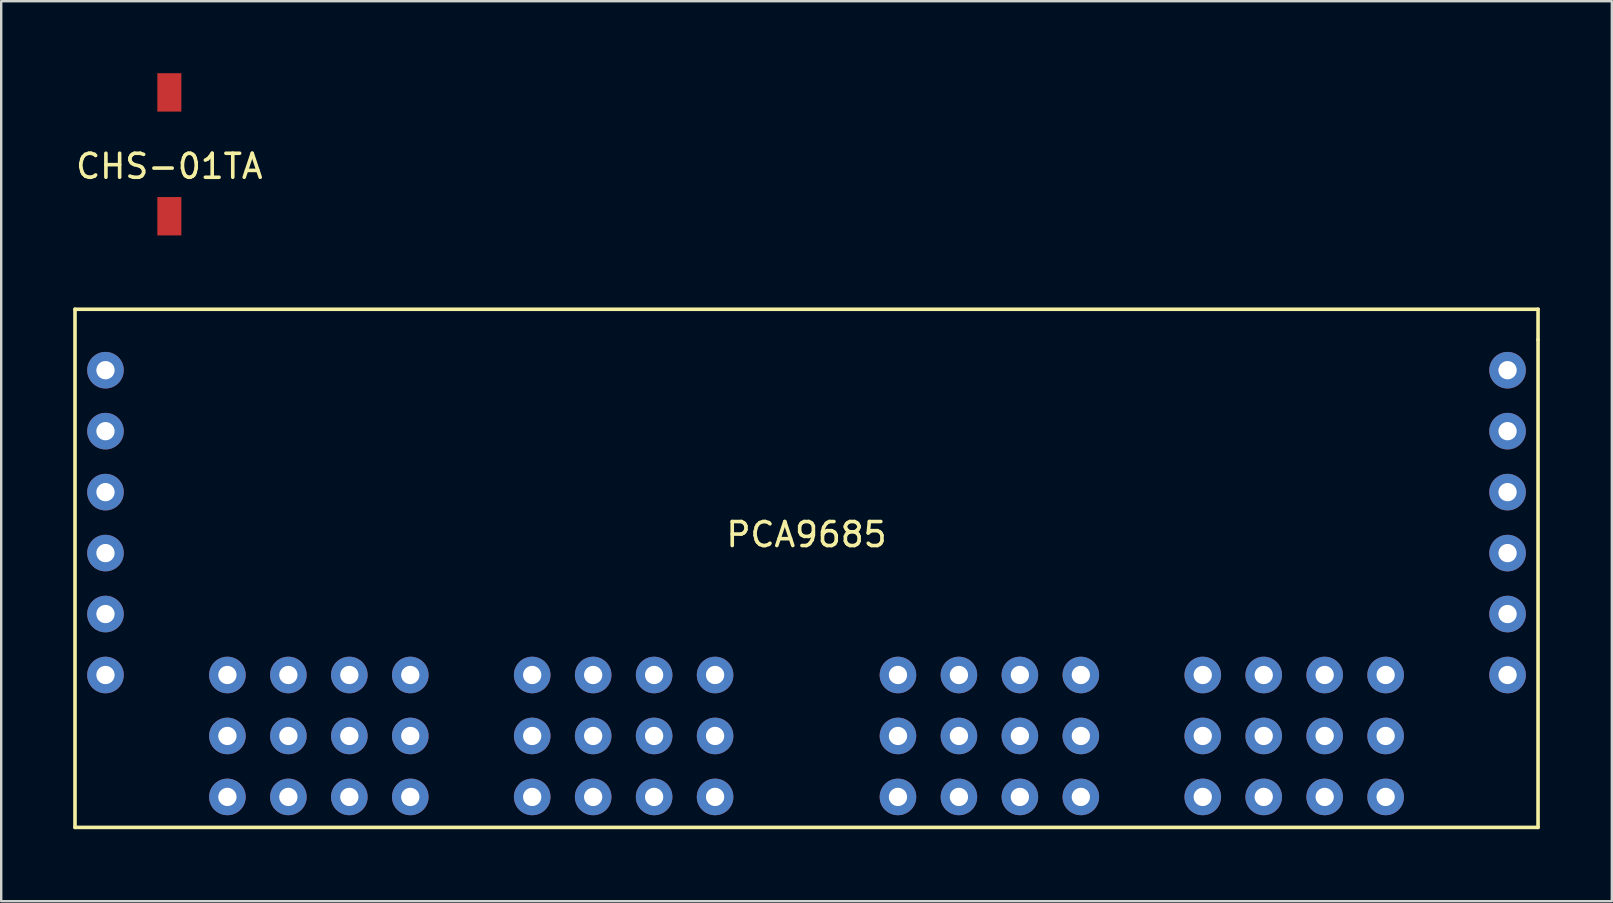
<source format=kicad_pcb>
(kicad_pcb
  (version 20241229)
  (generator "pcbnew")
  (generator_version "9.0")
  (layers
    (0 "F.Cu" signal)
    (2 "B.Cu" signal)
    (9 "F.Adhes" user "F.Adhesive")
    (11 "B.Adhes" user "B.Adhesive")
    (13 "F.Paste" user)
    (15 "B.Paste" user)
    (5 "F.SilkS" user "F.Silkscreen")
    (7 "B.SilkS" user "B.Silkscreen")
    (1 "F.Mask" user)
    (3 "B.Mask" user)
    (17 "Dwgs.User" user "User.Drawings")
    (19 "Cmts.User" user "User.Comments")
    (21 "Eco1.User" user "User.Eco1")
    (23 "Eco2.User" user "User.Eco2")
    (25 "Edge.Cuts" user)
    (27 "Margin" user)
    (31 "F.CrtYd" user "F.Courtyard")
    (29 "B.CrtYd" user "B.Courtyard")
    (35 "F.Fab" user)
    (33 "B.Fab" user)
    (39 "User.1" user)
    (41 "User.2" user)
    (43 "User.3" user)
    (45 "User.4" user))
  (footprint "PCA9685"
    (layer "F.Cu")
    (at 30.555 18.725)
    (property "Reference" "PCA9685" (at 0 0.5 0) (layer "F.SilkS") (effects (font (size 1 1) (thickness 0.15))))
    (attr through_hole)
    (fp_line (start -30.48 -8.89) (end -30.48 12.7) (stroke (width 0.15) (type solid)) (layer "F.SilkS"))
    (fp_line (start -30.48 12.7) (end 30.48 12.7) (stroke (width 0.15) (type solid)) (layer "F.SilkS"))
    (fp_line (start 30.48 -8.89) (end -30.48 -8.89) (stroke (width 0.15) (type solid)) (layer "F.SilkS"))
    (fp_line (start 30.48 -7.62) (end 30.48 -8.89) (stroke (width 0.15) (type solid)) (layer "F.SilkS"))
    (fp_line (start 30.48 12.7) (end 30.48 -7.62) (stroke (width 0.15) (type solid)) (layer "F.SilkS"))
    (pad "1" thru_hole circle (at -29.21 -6.35) (size 1.524 1.524) (drill 0.762) (layers "*.Cu" "*.Mask"))
    (pad "1" thru_hole circle (at 29.21 -6.35) (size 1.524 1.524) (drill 0.762) (layers "*.Cu" "*.Mask"))
    (pad "2" thru_hole circle (at -29.21 -3.81) (size 1.524 1.524) (drill 0.762) (layers "*.Cu" "*.Mask"))
    (pad "2" thru_hole circle (at 29.21 -3.81) (size 1.524 1.524) (drill 0.762) (layers "*.Cu" "*.Mask"))
    (pad "3" thru_hole circle (at -29.21 -1.27) (size 1.524 1.524) (drill 0.762) (layers "*.Cu" "*.Mask"))
    (pad "3" thru_hole circle (at 29.21 -1.27) (size 1.524 1.524) (drill 0.762) (layers "*.Cu" "*.Mask"))
    (pad "4" thru_hole circle (at -29.21 1.27) (size 1.524 1.524) (drill 0.762) (layers "*.Cu" "*.Mask"))
    (pad "4" thru_hole circle (at 29.21 1.27) (size 1.524 1.524) (drill 0.762) (layers "*.Cu" "*.Mask"))
    (pad "5" thru_hole circle (at -29.21 3.81) (size 1.524 1.524) (drill 0.762) (layers "*.Cu" "*.Mask"))
    (pad "5" thru_hole circle (at 29.21 3.81) (size 1.524 1.524) (drill 0.762) (layers "*.Cu" "*.Mask"))
    (pad "6" thru_hole circle (at -29.21 6.35) (size 1.524 1.524) (drill 0.762) (layers "*.Cu" "*.Mask"))
    (pad "6" thru_hole circle (at 29.21 6.35) (size 1.524 1.524) (drill 0.762) (layers "*.Cu" "*.Mask"))
    (pad "7" thru_hole circle (at -24.13 6.35) (size 1.524 1.524) (drill 0.762) (layers "*.Cu" "*.Mask"))
    (pad "8" thru_hole circle (at -24.13 8.89) (size 1.524 1.524) (drill 0.762) (layers "*.Cu" "*.Mask"))
    (pad "9" thru_hole circle (at -24.13 11.43) (size 1.524 1.524) (drill 0.762) (layers "*.Cu" "*.Mask"))
    (pad "10" thru_hole circle (at -21.59 6.35) (size 1.524 1.524) (drill 0.762) (layers "*.Cu" "*.Mask"))
    (pad "11" thru_hole circle (at -21.59 8.89) (size 1.524 1.524) (drill 0.762) (layers "*.Cu" "*.Mask"))
    (pad "12" thru_hole circle (at -21.59 11.43) (size 1.524 1.524) (drill 0.762) (layers "*.Cu" "*.Mask"))
    (pad "13" thru_hole circle (at -19.05 6.35) (size 1.524 1.524) (drill 0.762) (layers "*.Cu" "*.Mask"))
    (pad "14" thru_hole circle (at -19.05 8.89) (size 1.524 1.524) (drill 0.762) (layers "*.Cu" "*.Mask"))
    (pad "15" thru_hole circle (at -19.05 11.43) (size 1.524 1.524) (drill 0.762) (layers "*.Cu" "*.Mask"))
    (pad "16" thru_hole circle (at -16.51 6.35) (size 1.524 1.524) (drill 0.762) (layers "*.Cu" "*.Mask"))
    (pad "17" thru_hole circle (at -16.51 8.89) (size 1.524 1.524) (drill 0.762) (layers "*.Cu" "*.Mask"))
    (pad "18" thru_hole circle (at -16.51 11.43) (size 1.524 1.524) (drill 0.762) (layers "*.Cu" "*.Mask"))
    (pad "19" thru_hole circle (at -11.43 6.35) (size 1.524 1.524) (drill 0.762) (layers "*.Cu" "*.Mask"))
    (pad "20" thru_hole circle (at -11.43 8.89) (size 1.524 1.524) (drill 0.762) (layers "*.Cu" "*.Mask"))
    (pad "21" thru_hole circle (at -11.43 11.43) (size 1.524 1.524) (drill 0.762) (layers "*.Cu" "*.Mask"))
    (pad "22" thru_hole circle (at -8.89 6.35) (size 1.524 1.524) (drill 0.762) (layers "*.Cu" "*.Mask"))
    (pad "23" thru_hole circle (at -8.89 8.89) (size 1.524 1.524) (drill 0.762) (layers "*.Cu" "*.Mask"))
    (pad "24" thru_hole circle (at -8.89 11.43) (size 1.524 1.524) (drill 0.762) (layers "*.Cu" "*.Mask"))
    (pad "25" thru_hole circle (at -6.35 6.35) (size 1.524 1.524) (drill 0.762) (layers "*.Cu" "*.Mask"))
    (pad "26" thru_hole circle (at -6.35 8.89) (size 1.524 1.524) (drill 0.762) (layers "*.Cu" "*.Mask"))
    (pad "27" thru_hole circle (at -6.35 11.43) (size 1.524 1.524) (drill 0.762) (layers "*.Cu" "*.Mask"))
    (pad "28" thru_hole circle (at -3.81 6.35) (size 1.524 1.524) (drill 0.762) (layers "*.Cu" "*.Mask"))
    (pad "29" thru_hole circle (at -3.81 8.89) (size 1.524 1.524) (drill 0.762) (layers "*.Cu" "*.Mask"))
    (pad "30" thru_hole circle (at -3.81 11.43) (size 1.524 1.524) (drill 0.762) (layers "*.Cu" "*.Mask"))
    (pad "31" thru_hole circle (at 3.81 6.35) (size 1.524 1.524) (drill 0.762) (layers "*.Cu" "*.Mask"))
    (pad "32" thru_hole circle (at 3.81 8.89) (size 1.524 1.524) (drill 0.762) (layers "*.Cu" "*.Mask"))
    (pad "33" thru_hole circle (at 3.81 11.43) (size 1.524 1.524) (drill 0.762) (layers "*.Cu" "*.Mask"))
    (pad "34" thru_hole circle (at 6.35 6.35) (size 1.524 1.524) (drill 0.762) (layers "*.Cu" "*.Mask"))
    (pad "35" thru_hole circle (at 6.35 8.89) (size 1.524 1.524) (drill 0.762) (layers "*.Cu" "*.Mask"))
    (pad "37" thru_hole circle (at 6.35 11.43) (size 1.524 1.524) (drill 0.762) (layers "*.Cu" "*.Mask"))
    (pad "38" thru_hole circle (at 8.89 6.35) (size 1.524 1.524) (drill 0.762) (layers "*.Cu" "*.Mask"))
    (pad "39" thru_hole circle (at 8.89 8.89) (size 1.524 1.524) (drill 0.762) (layers "*.Cu" "*.Mask"))
    (pad "40" thru_hole circle (at 8.89 11.43) (size 1.524 1.524) (drill 0.762) (layers "*.Cu" "*.Mask"))
    (pad "41" thru_hole circle (at 11.43 6.35) (size 1.524 1.524) (drill 0.762) (layers "*.Cu" "*.Mask"))
    (pad "42" thru_hole circle (at 11.43 8.89) (size 1.524 1.524) (drill 0.762) (layers "*.Cu" "*.Mask"))
    (pad "43" thru_hole circle (at 11.43 11.43) (size 1.524 1.524) (drill 0.762) (layers "*.Cu" "*.Mask"))
    (pad "44" thru_hole circle (at 16.51 6.35) (size 1.524 1.524) (drill 0.762) (layers "*.Cu" "*.Mask"))
    (pad "45" thru_hole circle (at 16.51 8.89) (size 1.524 1.524) (drill 0.762) (layers "*.Cu" "*.Mask"))
    (pad "46" thru_hole circle (at 16.51 11.43) (size 1.524 1.524) (drill 0.762) (layers "*.Cu" "*.Mask"))
    (pad "47" thru_hole circle (at 19.05 6.35) (size 1.524 1.524) (drill 0.762) (layers "*.Cu" "*.Mask"))
    (pad "48" thru_hole circle (at 19.05 8.89) (size 1.524 1.524) (drill 0.762) (layers "*.Cu" "*.Mask"))
    (pad "49" thru_hole circle (at 19.05 11.43) (size 1.524 1.524) (drill 0.762) (layers "*.Cu" "*.Mask"))
    (pad "50" thru_hole circle (at 21.59 6.35) (size 1.524 1.524) (drill 0.762) (layers "*.Cu" "*.Mask"))
    (pad "51" thru_hole circle (at 21.59 8.89) (size 1.524 1.524) (drill 0.762) (layers "*.Cu" "*.Mask"))
    (pad "52" thru_hole circle (at 21.59 11.43) (size 1.524 1.524) (drill 0.762) (layers "*.Cu" "*.Mask"))
    (pad "53" thru_hole circle (at 24.13 6.35) (size 1.524 1.524) (drill 0.762) (layers "*.Cu" "*.Mask"))
    (pad "53" thru_hole circle (at 24.13 8.89) (size 1.524 1.524) (drill 0.762) (layers "*.Cu" "*.Mask"))
    (pad "54" thru_hole circle (at 24.13 11.43) (size 1.524 1.524) (drill 0.762) (layers "*.Cu" "*.Mask")))
  (footprint "CHS-01TA"
    (layer "F.Cu")
    (at 4.006 3.38)
    (property "Reference" "CHS-01TA" (at 0 0.5 0) (layer "F.SilkS") (effects (font (size 1 1) (thickness 0.15))))
    (attr through_hole)
    (pad "1" smd rect (at 0 -2.58) (size 1 1.6) (layers "F.Cu" "F.Mask" "F.Paste"))
    (pad "2" smd rect (at 0 2.58) (size 1 1.6) (layers "F.Cu" "F.Mask" "F.Paste")))
  (gr_rect
    (start -3 -3)
    (end 64.11 34.5)
    (stroke (width 0.1) (type default))
    (fill no)
    (layer "Edge.Cuts")))
</source>
